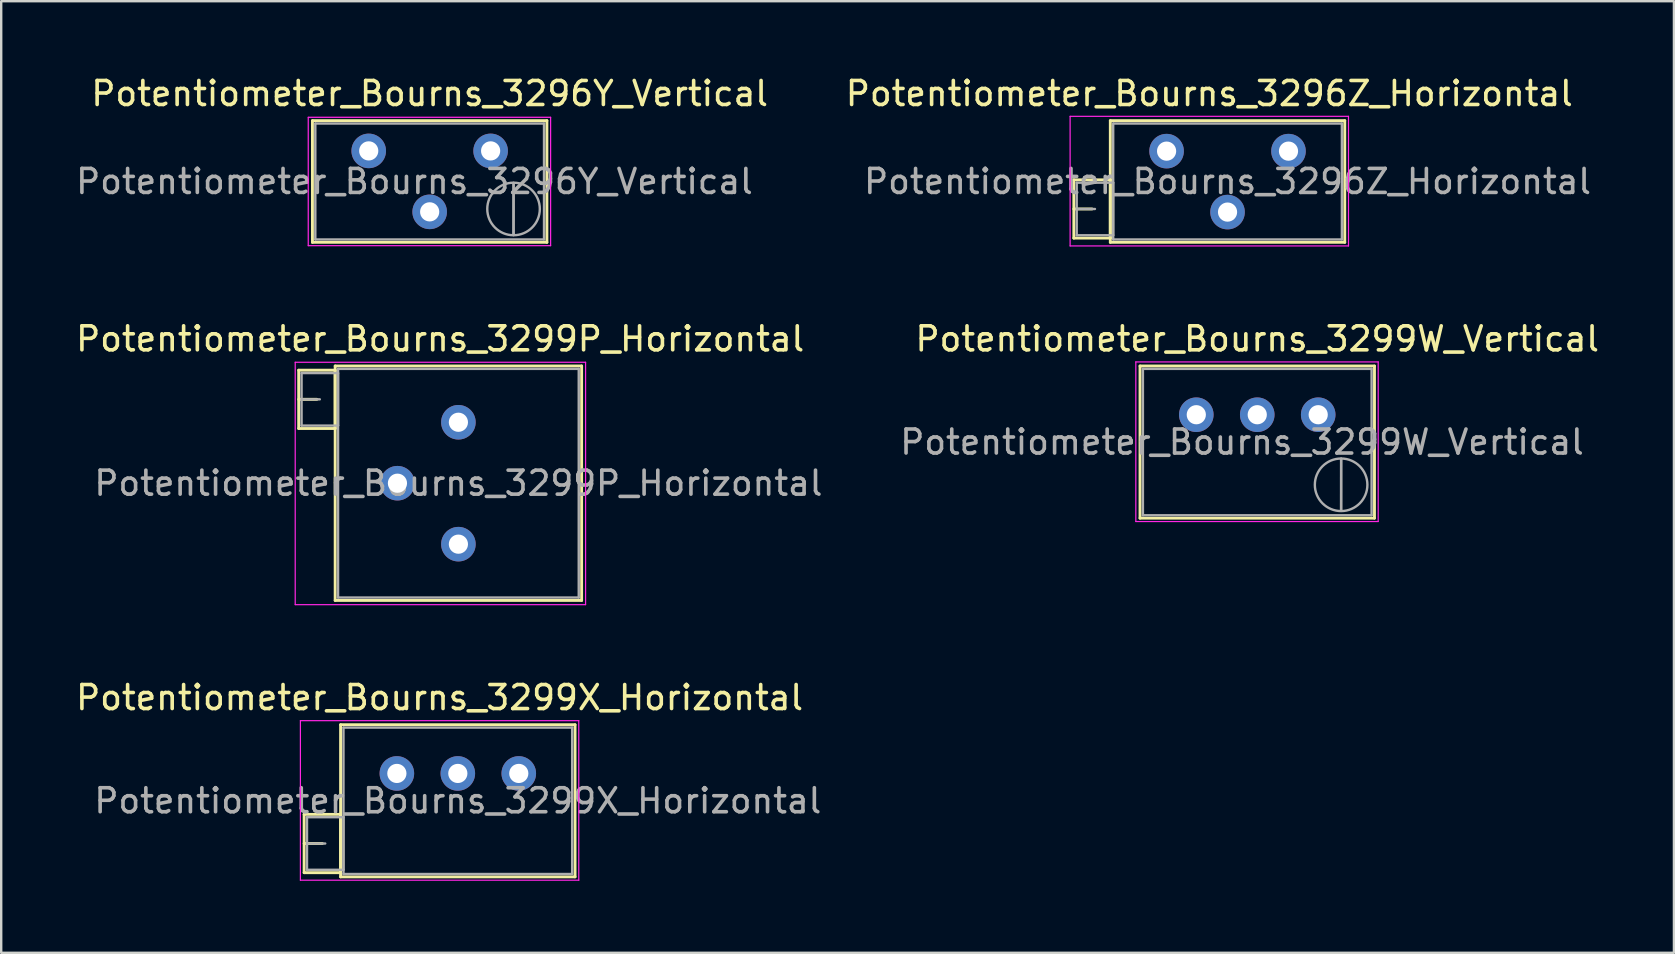
<source format=kicad_pcb>
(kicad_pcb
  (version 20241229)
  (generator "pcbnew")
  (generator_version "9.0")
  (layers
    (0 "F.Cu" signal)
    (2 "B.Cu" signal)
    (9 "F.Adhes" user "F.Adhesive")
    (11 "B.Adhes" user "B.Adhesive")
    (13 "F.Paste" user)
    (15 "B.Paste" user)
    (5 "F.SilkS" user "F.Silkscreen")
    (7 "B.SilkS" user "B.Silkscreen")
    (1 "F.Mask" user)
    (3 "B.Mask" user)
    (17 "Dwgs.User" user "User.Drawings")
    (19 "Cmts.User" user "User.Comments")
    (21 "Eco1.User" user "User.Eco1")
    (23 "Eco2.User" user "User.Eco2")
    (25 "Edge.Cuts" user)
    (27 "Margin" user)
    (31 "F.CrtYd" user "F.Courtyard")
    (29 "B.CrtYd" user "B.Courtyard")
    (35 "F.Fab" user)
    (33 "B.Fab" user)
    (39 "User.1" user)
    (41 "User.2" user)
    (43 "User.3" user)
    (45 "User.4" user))
  (footprint "Potentiometer_Bourns_3296Z_Horizontal"
    (layer "F.Cu")
    (at 50.643 3.248)
    (property "Reference" "Potentiometer_Bourns_3296Z_Horizontal" (at -3.3 -2.4 0) (layer "F.SilkS") (effects (font (size 1 1) (thickness 0.15))))
    (attr through_hole)
    (fp_line (start -8.945 1.195) (end -8.945 3.625) (stroke (width 0.12) (type solid)) (layer "F.SilkS"))
    (fp_line (start -8.945 1.195) (end -7.426 1.195) (stroke (width 0.12) (type solid)) (layer "F.SilkS"))
    (fp_line (start -8.945 2.41) (end -8.186 2.41) (stroke (width 0.12) (type solid)) (layer "F.SilkS"))
    (fp_line (start -8.945 3.625) (end -7.426 3.625) (stroke (width 0.12) (type solid)) (layer "F.SilkS"))
    (fp_line (start -7.426 1.195) (end -7.426 3.625) (stroke (width 0.12) (type solid)) (layer "F.SilkS"))
    (fp_line (start -7.425 -1.27) (end -7.425 3.8) (stroke (width 0.12) (type solid)) (layer "F.SilkS"))
    (fp_line (start -7.425 -1.27) (end 2.345 -1.27) (stroke (width 0.12) (type solid)) (layer "F.SilkS"))
    (fp_line (start -7.425 3.8) (end 2.345 3.8) (stroke (width 0.12) (type solid)) (layer "F.SilkS"))
    (fp_line (start 2.345 -1.27) (end 2.345 3.8) (stroke (width 0.12) (type solid)) (layer "F.SilkS"))
    (fp_line (start -9.1 -1.45) (end -9.1 3.95) (stroke (width 0.05) (type solid)) (layer "F.CrtYd"))
    (fp_line (start -9.1 3.95) (end 2.5 3.95) (stroke (width 0.05) (type solid)) (layer "F.CrtYd"))
    (fp_line (start 2.5 -1.45) (end -9.1 -1.45) (stroke (width 0.05) (type solid)) (layer "F.CrtYd"))
    (fp_line (start 2.5 3.95) (end 2.5 -1.45) (stroke (width 0.05) (type solid)) (layer "F.CrtYd"))
    (fp_line (start -8.825 1.315) (end -8.825 3.505) (stroke (width 0.1) (type solid)) (layer "F.Fab"))
    (fp_line (start -8.825 2.41) (end -8.065 2.41) (stroke (width 0.1) (type solid)) (layer "F.Fab"))
    (fp_line (start -8.825 3.505) (end -7.305 3.505) (stroke (width 0.1) (type solid)) (layer "F.Fab"))
    (fp_line (start -7.305 -1.15) (end -7.305 3.68) (stroke (width 0.1) (type solid)) (layer "F.Fab"))
    (fp_line (start -7.305 1.315) (end -8.825 1.315) (stroke (width 0.1) (type solid)) (layer "F.Fab"))
    (fp_line (start -7.305 3.505) (end -7.305 1.315) (stroke (width 0.1) (type solid)) (layer "F.Fab"))
    (fp_line (start -7.305 3.68) (end 2.225 3.68) (stroke (width 0.1) (type solid)) (layer "F.Fab"))
    (fp_line (start 2.225 -1.15) (end -7.305 -1.15) (stroke (width 0.1) (type solid)) (layer "F.Fab"))
    (fp_line (start 2.225 3.68) (end 2.225 -1.15) (stroke (width 0.1) (type solid)) (layer "F.Fab"))
    (fp_text user "${REFERENCE}" (at -2.54 1.265 0) (layer "F.Fab") (effects (font (size 1 1) (thickness 0.15))))
    (pad "1" thru_hole circle (at 0 0) (size 1.44 1.44) (drill 0.8) (layers "*.Cu" "*.Mask"))
    (pad "2" thru_hole circle (at -2.54 2.54) (size 1.44 1.44) (drill 0.8) (layers "*.Cu" "*.Mask"))
    (pad "3" thru_hole circle (at -5.08 0) (size 1.44 1.44) (drill 0.8) (layers "*.Cu" "*.Mask")))
  (footprint "Potentiometer_Bourns_3299W_Vertical"
    (layer "F.Cu")
    (at 51.881 14.232)
    (property "Reference" "Potentiometer_Bourns_3299W_Vertical" (at -2.54 -3.16 0) (layer "F.SilkS") (effects (font (size 1 1) (thickness 0.15))))
    (attr through_hole)
    (fp_line (start -7.425 -2.03) (end -7.425 4.31) (stroke (width 0.12) (type solid)) (layer "F.SilkS"))
    (fp_line (start -7.425 -2.03) (end 2.345 -2.03) (stroke (width 0.12) (type solid)) (layer "F.SilkS"))
    (fp_line (start -7.425 4.31) (end 2.345 4.31) (stroke (width 0.12) (type solid)) (layer "F.SilkS"))
    (fp_line (start 2.345 -2.03) (end 2.345 4.31) (stroke (width 0.12) (type solid)) (layer "F.SilkS"))
    (fp_line (start -7.6 -2.2) (end -7.6 4.45) (stroke (width 0.05) (type solid)) (layer "F.CrtYd"))
    (fp_line (start -7.6 4.45) (end 2.5 4.45) (stroke (width 0.05) (type solid)) (layer "F.CrtYd"))
    (fp_line (start 2.5 -2.2) (end -7.6 -2.2) (stroke (width 0.05) (type solid)) (layer "F.CrtYd"))
    (fp_line (start 2.5 4.45) (end 2.5 -2.2) (stroke (width 0.05) (type solid)) (layer "F.CrtYd"))
    (fp_line (start -7.305 -1.91) (end -7.305 4.19) (stroke (width 0.1) (type solid)) (layer "F.Fab"))
    (fp_line (start -7.305 4.19) (end 2.225 4.19) (stroke (width 0.1) (type solid)) (layer "F.Fab"))
    (fp_line (start 0.955 4.005) (end 0.956 1.836) (stroke (width 0.1) (type solid)) (layer "F.Fab"))
    (fp_line (start 0.955 4.005) (end 0.956 1.836) (stroke (width 0.1) (type solid)) (layer "F.Fab"))
    (fp_line (start 2.225 -1.91) (end -7.305 -1.91) (stroke (width 0.1) (type solid)) (layer "F.Fab"))
    (fp_line (start 2.225 4.19) (end 2.225 -1.91) (stroke (width 0.1) (type solid)) (layer "F.Fab"))
    (fp_circle (center 0.955 2.92) (end 2.05 2.92) (stroke (width 0.1) (type solid)) (fill no) (layer "F.Fab"))
    (fp_text user "${REFERENCE}" (at -3.175 1.14 0) (layer "F.Fab") (effects (font (size 1 1) (thickness 0.15))))
    (pad "1" thru_hole circle (at 0 0) (size 1.44 1.44) (drill 0.8) (layers "*.Cu" "*.Mask"))
    (pad "2" thru_hole circle (at -2.54 0) (size 1.44 1.44) (drill 0.8) (layers "*.Cu" "*.Mask"))
    (pad "3" thru_hole circle (at -5.08 0) (size 1.44 1.44) (drill 0.8) (layers "*.Cu" "*.Mask")))
  (footprint "Potentiometer_Bourns_3296Y_Vertical"
    (layer "F.Cu")
    (at 17.395 3.238)
    (property "Reference" "Potentiometer_Bourns_3296Y_Vertical" (at -2.54 -2.39 0) (layer "F.SilkS") (effects (font (size 1 1) (thickness 0.15))))
    (attr through_hole)
    (fp_line (start -7.425 -1.26) (end -7.425 3.81) (stroke (width 0.12) (type solid)) (layer "F.SilkS"))
    (fp_line (start -7.425 -1.26) (end 2.345 -1.26) (stroke (width 0.12) (type solid)) (layer "F.SilkS"))
    (fp_line (start -7.425 3.81) (end 2.345 3.81) (stroke (width 0.12) (type solid)) (layer "F.SilkS"))
    (fp_line (start 2.345 -1.26) (end 2.345 3.81) (stroke (width 0.12) (type solid)) (layer "F.SilkS"))
    (fp_line (start -7.6 -1.4) (end -7.6 3.95) (stroke (width 0.05) (type solid)) (layer "F.CrtYd"))
    (fp_line (start -7.6 3.95) (end 2.5 3.95) (stroke (width 0.05) (type solid)) (layer "F.CrtYd"))
    (fp_line (start 2.5 -1.4) (end -7.6 -1.4) (stroke (width 0.05) (type solid)) (layer "F.CrtYd"))
    (fp_line (start 2.5 3.95) (end 2.5 -1.4) (stroke (width 0.05) (type solid)) (layer "F.CrtYd"))
    (fp_line (start -7.305 -1.14) (end -7.305 3.69) (stroke (width 0.1) (type solid)) (layer "F.Fab"))
    (fp_line (start -7.305 3.69) (end 2.225 3.69) (stroke (width 0.1) (type solid)) (layer "F.Fab"))
    (fp_line (start 0.955 3.505) (end 0.956 1.336) (stroke (width 0.1) (type solid)) (layer "F.Fab"))
    (fp_line (start 0.955 3.505) (end 0.956 1.336) (stroke (width 0.1) (type solid)) (layer "F.Fab"))
    (fp_line (start 2.225 -1.14) (end -7.305 -1.14) (stroke (width 0.1) (type solid)) (layer "F.Fab"))
    (fp_line (start 2.225 3.69) (end 2.225 -1.14) (stroke (width 0.1) (type solid)) (layer "F.Fab"))
    (fp_circle (center 0.955 2.42) (end 2.05 2.42) (stroke (width 0.1) (type solid)) (fill no) (layer "F.Fab"))
    (fp_text user "${REFERENCE}" (at -3.175 1.275 0) (layer "F.Fab") (effects (font (size 1 1) (thickness 0.15))))
    (pad "1" thru_hole circle (at 0 0) (size 1.44 1.44) (drill 0.8) (layers "*.Cu" "*.Mask"))
    (pad "2" thru_hole circle (at -2.54 2.54) (size 1.44 1.44) (drill 0.8) (layers "*.Cu" "*.Mask"))
    (pad "3" thru_hole circle (at -5.08 0) (size 1.44 1.44) (drill 0.8) (layers "*.Cu" "*.Mask")))
  (footprint "Potentiometer_Bourns_3299X_Horizontal"
    (layer "F.Cu")
    (at 18.568 29.18)
    (property "Reference" "Potentiometer_Bourns_3299X_Horizontal" (at -3.3 -3.16 0) (layer "F.SilkS") (effects (font (size 1 1) (thickness 0.15))))
    (attr through_hole)
    (fp_line (start -8.945 1.705) (end -8.945 4.135) (stroke (width 0.12) (type solid)) (layer "F.SilkS"))
    (fp_line (start -8.945 1.705) (end -7.426 1.705) (stroke (width 0.12) (type solid)) (layer "F.SilkS"))
    (fp_line (start -8.945 2.92) (end -8.186 2.92) (stroke (width 0.12) (type solid)) (layer "F.SilkS"))
    (fp_line (start -8.945 4.135) (end -7.426 4.135) (stroke (width 0.12) (type solid)) (layer "F.SilkS"))
    (fp_line (start -7.426 1.705) (end -7.426 4.135) (stroke (width 0.12) (type solid)) (layer "F.SilkS"))
    (fp_line (start -7.425 -2.03) (end -7.425 4.31) (stroke (width 0.12) (type solid)) (layer "F.SilkS"))
    (fp_line (start -7.425 -2.03) (end 2.345 -2.03) (stroke (width 0.12) (type solid)) (layer "F.SilkS"))
    (fp_line (start -7.425 4.31) (end 2.345 4.31) (stroke (width 0.12) (type solid)) (layer "F.SilkS"))
    (fp_line (start 2.345 -2.03) (end 2.345 4.31) (stroke (width 0.12) (type solid)) (layer "F.SilkS"))
    (fp_line (start -9.1 -2.2) (end -9.1 4.45) (stroke (width 0.05) (type solid)) (layer "F.CrtYd"))
    (fp_line (start -9.1 4.45) (end 2.5 4.45) (stroke (width 0.05) (type solid)) (layer "F.CrtYd"))
    (fp_line (start 2.5 -2.2) (end -9.1 -2.2) (stroke (width 0.05) (type solid)) (layer "F.CrtYd"))
    (fp_line (start 2.5 4.45) (end 2.5 -2.2) (stroke (width 0.05) (type solid)) (layer "F.CrtYd"))
    (fp_line (start -8.825 1.825) (end -8.825 4.015) (stroke (width 0.1) (type solid)) (layer "F.Fab"))
    (fp_line (start -8.825 2.92) (end -8.065 2.92) (stroke (width 0.1) (type solid)) (layer "F.Fab"))
    (fp_line (start -8.825 4.015) (end -7.305 4.015) (stroke (width 0.1) (type solid)) (layer "F.Fab"))
    (fp_line (start -7.305 -1.91) (end -7.305 4.19) (stroke (width 0.1) (type solid)) (layer "F.Fab"))
    (fp_line (start -7.305 1.825) (end -8.825 1.825) (stroke (width 0.1) (type solid)) (layer "F.Fab"))
    (fp_line (start -7.305 4.015) (end -7.305 1.825) (stroke (width 0.1) (type solid)) (layer "F.Fab"))
    (fp_line (start -7.305 4.19) (end 2.225 4.19) (stroke (width 0.1) (type solid)) (layer "F.Fab"))
    (fp_line (start 2.225 -1.91) (end -7.305 -1.91) (stroke (width 0.1) (type solid)) (layer "F.Fab"))
    (fp_line (start 2.225 4.19) (end 2.225 -1.91) (stroke (width 0.1) (type solid)) (layer "F.Fab"))
    (fp_text user "${REFERENCE}" (at -2.54 1.14 0) (layer "F.Fab") (effects (font (size 1 1) (thickness 0.15))))
    (pad "1" thru_hole circle (at 0 0) (size 1.44 1.44) (drill 0.8) (layers "*.Cu" "*.Mask"))
    (pad "2" thru_hole circle (at -2.54 0) (size 1.44 1.44) (drill 0.8) (layers "*.Cu" "*.Mask"))
    (pad "3" thru_hole circle (at -5.08 0) (size 1.44 1.44) (drill 0.8) (layers "*.Cu" "*.Mask")))
  (footprint "Potentiometer_Bourns_3299P_Horizontal"
    (layer "F.Cu")
    (at 16.052 14.546)
    (property "Reference" "Potentiometer_Bourns_3299P_Horizontal" (at -0.76 -3.475 0) (layer "F.SilkS") (effects (font (size 1 1) (thickness 0.15))))
    (attr through_hole)
    (fp_line (start -6.655 -2.169) (end -6.655 0.26) (stroke (width 0.12) (type solid)) (layer "F.SilkS"))
    (fp_line (start -6.655 -2.169) (end -5.136 -2.169) (stroke (width 0.12) (type solid)) (layer "F.SilkS"))
    (fp_line (start -6.655 -0.955) (end -5.896 -0.955) (stroke (width 0.12) (type solid)) (layer "F.SilkS"))
    (fp_line (start -6.655 0.26) (end -5.136 0.26) (stroke (width 0.12) (type solid)) (layer "F.SilkS"))
    (fp_line (start -5.136 -2.169) (end -5.136 0.26) (stroke (width 0.12) (type solid)) (layer "F.SilkS"))
    (fp_line (start -5.135 -2.345) (end -5.135 7.425) (stroke (width 0.12) (type solid)) (layer "F.SilkS"))
    (fp_line (start -5.135 -2.345) (end 5.135 -2.345) (stroke (width 0.12) (type solid)) (layer "F.SilkS"))
    (fp_line (start -5.135 7.425) (end 5.135 7.425) (stroke (width 0.12) (type solid)) (layer "F.SilkS"))
    (fp_line (start 5.135 -2.345) (end 5.135 7.425) (stroke (width 0.12) (type solid)) (layer "F.SilkS"))
    (fp_line (start -6.8 -2.5) (end -6.8 7.6) (stroke (width 0.05) (type solid)) (layer "F.CrtYd"))
    (fp_line (start -6.8 7.6) (end 5.3 7.6) (stroke (width 0.05) (type solid)) (layer "F.CrtYd"))
    (fp_line (start 5.3 -2.5) (end -6.8 -2.5) (stroke (width 0.05) (type solid)) (layer "F.CrtYd"))
    (fp_line (start 5.3 7.6) (end 5.3 -2.5) (stroke (width 0.05) (type solid)) (layer "F.CrtYd"))
    (fp_line (start -6.535 -2.05) (end -6.535 0.14) (stroke (width 0.1) (type solid)) (layer "F.Fab"))
    (fp_line (start -6.535 -0.955) (end -5.775 -0.955) (stroke (width 0.1) (type solid)) (layer "F.Fab"))
    (fp_line (start -6.535 0.14) (end -5.015 0.14) (stroke (width 0.1) (type solid)) (layer "F.Fab"))
    (fp_line (start -5.015 -2.225) (end -5.015 7.305) (stroke (width 0.1) (type solid)) (layer "F.Fab"))
    (fp_line (start -5.015 -2.05) (end -6.535 -2.05) (stroke (width 0.1) (type solid)) (layer "F.Fab"))
    (fp_line (start -5.015 0.14) (end -5.015 -2.05) (stroke (width 0.1) (type solid)) (layer "F.Fab"))
    (fp_line (start -5.015 7.305) (end 5.015 7.305) (stroke (width 0.1) (type solid)) (layer "F.Fab"))
    (fp_line (start 5.015 -2.225) (end -5.015 -2.225) (stroke (width 0.1) (type solid)) (layer "F.Fab"))
    (fp_line (start 5.015 7.305) (end 5.015 -2.225) (stroke (width 0.1) (type solid)) (layer "F.Fab"))
    (fp_text user "${REFERENCE}" (at 0 2.54 0) (layer "F.Fab") (effects (font (size 1 1) (thickness 0.15))))
    (pad "1" thru_hole circle (at 0 0) (size 1.44 1.44) (drill 0.8) (layers "*.Cu" "*.Mask"))
    (pad "2" thru_hole circle (at -2.54 2.54) (size 1.44 1.44) (drill 0.8) (layers "*.Cu" "*.Mask"))
    (pad "3" thru_hole circle (at 0 5.08) (size 1.44 1.44) (drill 0.8) (layers "*.Cu" "*.Mask")))
  (gr_rect
    (start -3 -3)
    (end 66.705 36.655)
    (stroke (width 0.1) (type default))
    (fill no)
    (layer "Edge.Cuts")))
</source>
